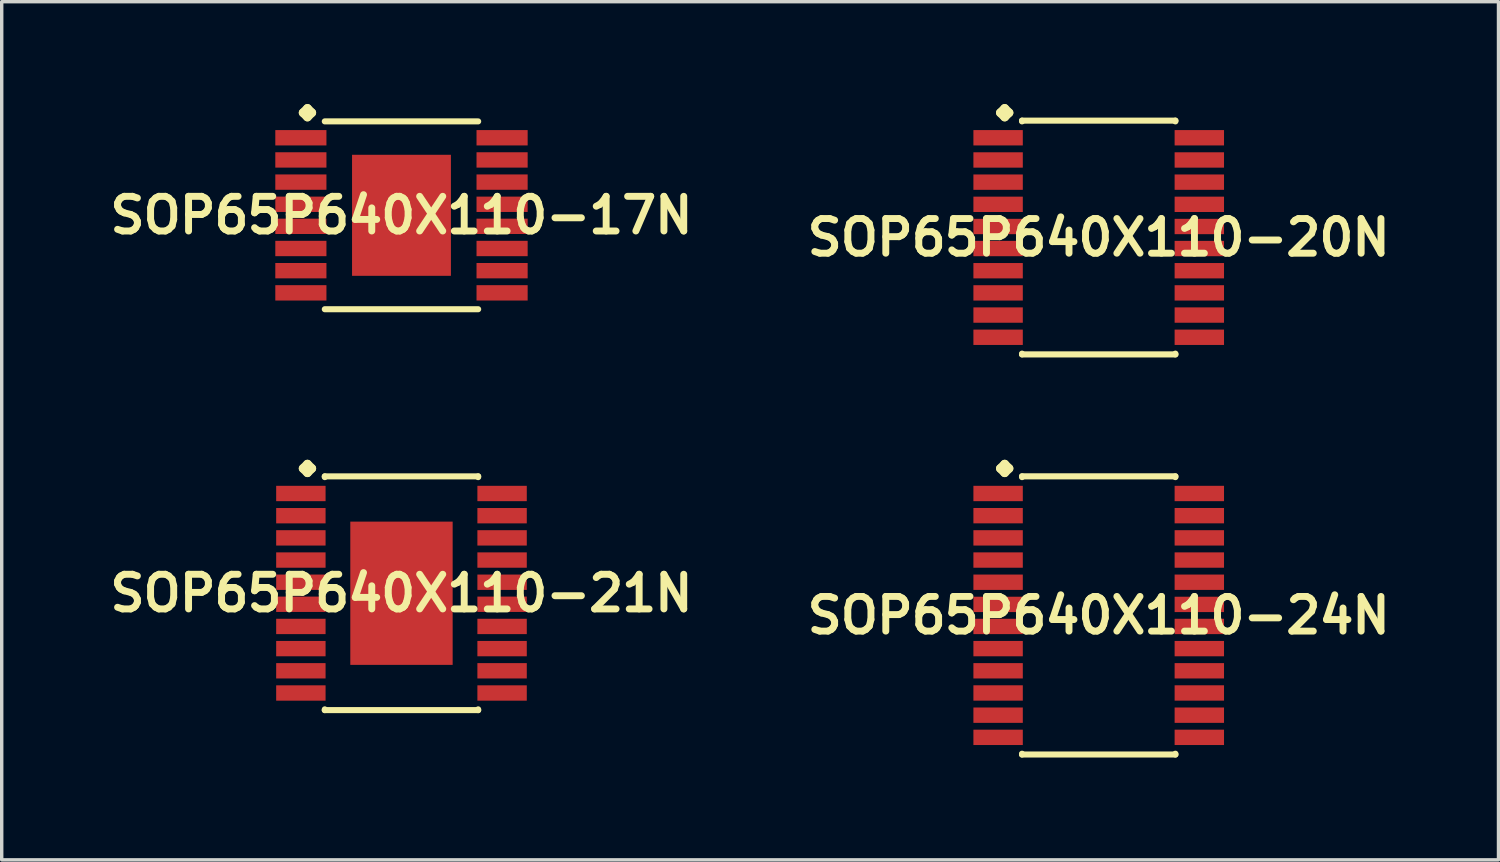
<source format=kicad_pcb>
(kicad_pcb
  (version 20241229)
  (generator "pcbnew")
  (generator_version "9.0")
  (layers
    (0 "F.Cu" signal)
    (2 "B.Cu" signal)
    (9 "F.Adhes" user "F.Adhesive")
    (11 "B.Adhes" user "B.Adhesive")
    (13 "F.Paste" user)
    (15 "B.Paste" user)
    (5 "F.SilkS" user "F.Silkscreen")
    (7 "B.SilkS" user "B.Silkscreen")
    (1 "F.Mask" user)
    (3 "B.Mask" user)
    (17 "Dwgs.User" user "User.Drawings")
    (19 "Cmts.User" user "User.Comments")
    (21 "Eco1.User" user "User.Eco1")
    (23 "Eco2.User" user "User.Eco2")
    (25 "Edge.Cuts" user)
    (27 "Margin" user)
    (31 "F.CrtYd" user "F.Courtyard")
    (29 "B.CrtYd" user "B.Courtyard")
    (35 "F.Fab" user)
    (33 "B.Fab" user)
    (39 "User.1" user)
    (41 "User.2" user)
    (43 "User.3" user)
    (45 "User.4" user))
  (footprint "SOP65P640X110-24N"
    (layer "F.Cu")
    (at 29.155 14.989)
    (property "Reference" "SOP65P640X110-24N" (at 0 0 0) (layer "F.SilkS") (effects (font (size 1.016 1.016) (thickness 0.203))))
    (attr smd)
    (fp_line (start -2.883 -4.308) (end -2.756 -4.435) (stroke (width 0.254) (type solid)) (layer "F.SilkS"))
    (fp_line (start -2.756 -4.435) (end -2.629 -4.308) (stroke (width 0.254) (type solid)) (layer "F.SilkS"))
    (fp_line (start -2.756 -4.181) (end -2.883 -4.308) (stroke (width 0.254) (type solid)) (layer "F.SilkS"))
    (fp_line (start -2.629 -4.308) (end -2.756 -4.181) (stroke (width 0.254) (type solid)) (layer "F.SilkS"))
    (fp_line (start -2.248 -4.077) (end 2.248 -4.077) (stroke (width 0.178) (type solid)) (layer "F.SilkS"))
    (fp_line (start -2.248 -4.054) (end -2.248 -4.077) (stroke (width 0.178) (type solid)) (layer "F.SilkS"))
    (fp_line (start -2.248 4.054) (end -2.248 4.077) (stroke (width 0.178) (type solid)) (layer "F.SilkS"))
    (fp_line (start -2.248 4.077) (end 2.248 4.077) (stroke (width 0.178) (type solid)) (layer "F.SilkS"))
    (fp_line (start 2.248 -4.077) (end 2.248 -4.054) (stroke (width 0.178) (type solid)) (layer "F.SilkS"))
    (fp_line (start 2.248 4.077) (end 2.248 4.054) (stroke (width 0.178) (type solid)) (layer "F.SilkS"))
    (pad "1" smd rect (at -2.949 -3.574) (size 1.448 0.45) (layers "F.Cu" "F.Mask" "F.Paste"))
    (pad "2" smd rect (at -2.949 -2.924) (size 1.448 0.45) (layers "F.Cu" "F.Mask" "F.Paste"))
    (pad "3" smd rect (at -2.949 -2.273) (size 1.448 0.45) (layers "F.Cu" "F.Mask" "F.Paste"))
    (pad "4" smd rect (at -2.949 -1.623) (size 1.448 0.45) (layers "F.Cu" "F.Mask" "F.Paste"))
    (pad "5" smd rect (at -2.949 -0.973) (size 1.448 0.45) (layers "F.Cu" "F.Mask" "F.Paste"))
    (pad "6" smd rect (at -2.949 -0.323) (size 1.448 0.45) (layers "F.Cu" "F.Mask" "F.Paste"))
    (pad "7" smd rect (at -2.949 0.323) (size 1.448 0.45) (layers "F.Cu" "F.Mask" "F.Paste"))
    (pad "8" smd rect (at -2.949 0.973) (size 1.448 0.45) (layers "F.Cu" "F.Mask" "F.Paste"))
    (pad "9" smd rect (at -2.949 1.623) (size 1.448 0.45) (layers "F.Cu" "F.Mask" "F.Paste"))
    (pad "10" smd rect (at -2.949 2.273) (size 1.448 0.45) (layers "F.Cu" "F.Mask" "F.Paste"))
    (pad "11" smd rect (at -2.949 2.924) (size 1.448 0.45) (layers "F.Cu" "F.Mask" "F.Paste"))
    (pad "12" smd rect (at -2.949 3.574) (size 1.448 0.45) (layers "F.Cu" "F.Mask" "F.Paste"))
    (pad "13" smd rect (at 2.949 3.574) (size 1.448 0.45) (layers "F.Cu" "F.Mask" "F.Paste"))
    (pad "14" smd rect (at 2.949 2.924) (size 1.448 0.45) (layers "F.Cu" "F.Mask" "F.Paste"))
    (pad "15" smd rect (at 2.949 2.273) (size 1.448 0.45) (layers "F.Cu" "F.Mask" "F.Paste"))
    (pad "16" smd rect (at 2.949 1.623) (size 1.448 0.45) (layers "F.Cu" "F.Mask" "F.Paste"))
    (pad "17" smd rect (at 2.949 0.973) (size 1.448 0.45) (layers "F.Cu" "F.Mask" "F.Paste"))
    (pad "18" smd rect (at 2.949 0.323) (size 1.448 0.45) (layers "F.Cu" "F.Mask" "F.Paste"))
    (pad "19" smd rect (at 2.949 -0.323) (size 1.448 0.45) (layers "F.Cu" "F.Mask" "F.Paste"))
    (pad "20" smd rect (at 2.949 -0.973) (size 1.448 0.45) (layers "F.Cu" "F.Mask" "F.Paste"))
    (pad "21" smd rect (at 2.949 -1.623) (size 1.448 0.45) (layers "F.Cu" "F.Mask" "F.Paste"))
    (pad "22" smd rect (at 2.949 -2.273) (size 1.448 0.45) (layers "F.Cu" "F.Mask" "F.Paste"))
    (pad "23" smd rect (at 2.949 -2.924) (size 1.448 0.45) (layers "F.Cu" "F.Mask" "F.Paste"))
    (pad "24" smd rect (at 2.949 -3.574) (size 1.448 0.45) (layers "F.Cu" "F.Mask" "F.Paste")))
  (footprint "SOP65P640X110-21N"
    (layer "F.Cu")
    (at 8.718 14.339)
    (property "Reference" "SOP65P640X110-21N" (at 0 0 0) (layer "F.SilkS") (effects (font (size 1.016 1.016) (thickness 0.203))))
    (attr smd)
    (fp_line (start -2.883 -3.658) (end -2.756 -3.785) (stroke (width 0.254) (type solid)) (layer "F.SilkS"))
    (fp_line (start -2.756 -3.785) (end -2.629 -3.658) (stroke (width 0.254) (type solid)) (layer "F.SilkS"))
    (fp_line (start -2.756 -3.531) (end -2.883 -3.658) (stroke (width 0.254) (type solid)) (layer "F.SilkS"))
    (fp_line (start -2.629 -3.658) (end -2.756 -3.531) (stroke (width 0.254) (type solid)) (layer "F.SilkS"))
    (fp_line (start -2.248 -3.426) (end 2.248 -3.426) (stroke (width 0.178) (type solid)) (layer "F.SilkS"))
    (fp_line (start -2.248 -3.404) (end -2.248 -3.426) (stroke (width 0.178) (type solid)) (layer "F.SilkS"))
    (fp_line (start -2.248 3.404) (end -2.248 3.426) (stroke (width 0.178) (type solid)) (layer "F.SilkS"))
    (fp_line (start -2.248 3.426) (end 2.248 3.426) (stroke (width 0.178) (type solid)) (layer "F.SilkS"))
    (fp_line (start 2.248 -3.426) (end 2.248 -3.404) (stroke (width 0.178) (type solid)) (layer "F.SilkS"))
    (fp_line (start 2.248 3.426) (end 2.248 3.404) (stroke (width 0.178) (type solid)) (layer "F.SilkS"))
    (pad "1" smd rect (at -2.949 -2.924) (size 1.448 0.45) (layers "F.Cu" "F.Mask" "F.Paste"))
    (pad "2" smd rect (at -2.949 -2.273) (size 1.448 0.45) (layers "F.Cu" "F.Mask" "F.Paste"))
    (pad "3" smd rect (at -2.949 -1.623) (size 1.448 0.45) (layers "F.Cu" "F.Mask" "F.Paste"))
    (pad "4" smd rect (at -2.949 -0.973) (size 1.448 0.45) (layers "F.Cu" "F.Mask" "F.Paste"))
    (pad "5" smd rect (at -2.949 -0.323) (size 1.448 0.45) (layers "F.Cu" "F.Mask" "F.Paste"))
    (pad "6" smd rect (at -2.949 0.323) (size 1.448 0.45) (layers "F.Cu" "F.Mask" "F.Paste"))
    (pad "7" smd rect (at -2.949 0.973) (size 1.448 0.45) (layers "F.Cu" "F.Mask" "F.Paste"))
    (pad "8" smd rect (at -2.949 1.623) (size 1.448 0.45) (layers "F.Cu" "F.Mask" "F.Paste"))
    (pad "9" smd rect (at -2.949 2.273) (size 1.448 0.45) (layers "F.Cu" "F.Mask" "F.Paste"))
    (pad "10" smd rect (at -2.949 2.924) (size 1.448 0.45) (layers "F.Cu" "F.Mask" "F.Paste"))
    (pad "11" smd rect (at 2.949 2.924) (size 1.448 0.45) (layers "F.Cu" "F.Mask" "F.Paste"))
    (pad "12" smd rect (at 2.949 2.273) (size 1.448 0.45) (layers "F.Cu" "F.Mask" "F.Paste"))
    (pad "13" smd rect (at 2.949 1.623) (size 1.448 0.45) (layers "F.Cu" "F.Mask" "F.Paste"))
    (pad "14" smd rect (at 2.949 0.973) (size 1.448 0.45) (layers "F.Cu" "F.Mask" "F.Paste"))
    (pad "15" smd rect (at 2.949 0.323) (size 1.448 0.45) (layers "F.Cu" "F.Mask" "F.Paste"))
    (pad "16" smd rect (at 2.949 -0.323) (size 1.448 0.45) (layers "F.Cu" "F.Mask" "F.Paste"))
    (pad "17" smd rect (at 2.949 -0.973) (size 1.448 0.45) (layers "F.Cu" "F.Mask" "F.Paste"))
    (pad "18" smd rect (at 2.949 -1.623) (size 1.448 0.45) (layers "F.Cu" "F.Mask" "F.Paste"))
    (pad "19" smd rect (at 2.949 -2.273) (size 1.448 0.45) (layers "F.Cu" "F.Mask" "F.Paste"))
    (pad "20" smd rect (at 2.949 -2.924) (size 1.448 0.45) (layers "F.Cu" "F.Mask" "F.Paste"))
    (pad "21" smd rect (at 0 0) (size 3 4.199) (layers "F.Cu" "F.Mask" "F.Paste")))
  (footprint "SOP65P640X110-17N"
    (layer "F.Cu")
    (at 8.718 3.261)
    (property "Reference" "SOP65P640X110-17N" (at 0 0 0) (layer "F.SilkS") (effects (font (size 1.016 1.016) (thickness 0.203))))
    (attr smd)
    (fp_line (start -2.883 -3.007) (end -2.756 -3.134) (stroke (width 0.254) (type solid)) (layer "F.SilkS"))
    (fp_line (start -2.756 -3.134) (end -2.629 -3.007) (stroke (width 0.254) (type solid)) (layer "F.SilkS"))
    (fp_line (start -2.756 -2.88) (end -2.883 -3.007) (stroke (width 0.254) (type solid)) (layer "F.SilkS"))
    (fp_line (start -2.629 -3.007) (end -2.756 -2.88) (stroke (width 0.254) (type solid)) (layer "F.SilkS"))
    (fp_line (start -2.248 -2.753) (end 2.248 -2.753) (stroke (width 0.178) (type solid)) (layer "F.SilkS"))
    (fp_line (start -2.248 2.753) (end 2.248 2.753) (stroke (width 0.178) (type solid)) (layer "F.SilkS"))
    (pad "1" smd rect (at -2.949 -2.273) (size 1.499 0.45) (layers "F.Cu" "F.Mask" "F.Paste"))
    (pad "2" smd rect (at -2.949 -1.623) (size 1.499 0.45) (layers "F.Cu" "F.Mask" "F.Paste"))
    (pad "3" smd rect (at -2.949 -0.973) (size 1.499 0.45) (layers "F.Cu" "F.Mask" "F.Paste"))
    (pad "4" smd rect (at -2.949 -0.323) (size 1.499 0.45) (layers "F.Cu" "F.Mask" "F.Paste"))
    (pad "5" smd rect (at -2.949 0.323) (size 1.499 0.45) (layers "F.Cu" "F.Mask" "F.Paste"))
    (pad "6" smd rect (at -2.949 0.973) (size 1.499 0.45) (layers "F.Cu" "F.Mask" "F.Paste"))
    (pad "7" smd rect (at -2.949 1.623) (size 1.499 0.45) (layers "F.Cu" "F.Mask" "F.Paste"))
    (pad "8" smd rect (at -2.949 2.273) (size 1.499 0.45) (layers "F.Cu" "F.Mask" "F.Paste"))
    (pad "9" smd rect (at 2.949 2.273) (size 1.499 0.45) (layers "F.Cu" "F.Mask" "F.Paste"))
    (pad "10" smd rect (at 2.949 1.623) (size 1.499 0.45) (layers "F.Cu" "F.Mask" "F.Paste"))
    (pad "11" smd rect (at 2.949 0.973) (size 1.499 0.45) (layers "F.Cu" "F.Mask" "F.Paste"))
    (pad "12" smd rect (at 2.949 0.323) (size 1.499 0.45) (layers "F.Cu" "F.Mask" "F.Paste"))
    (pad "13" smd rect (at 2.949 -0.323) (size 1.499 0.45) (layers "F.Cu" "F.Mask" "F.Paste"))
    (pad "14" smd rect (at 2.949 -0.973) (size 1.499 0.45) (layers "F.Cu" "F.Mask" "F.Paste"))
    (pad "15" smd rect (at 2.949 -1.623) (size 1.499 0.45) (layers "F.Cu" "F.Mask" "F.Paste"))
    (pad "16" smd rect (at 2.949 -2.273) (size 1.499 0.45) (layers "F.Cu" "F.Mask" "F.Paste"))
    (pad "17" smd rect (at 0 0) (size 2.898 3.548) (layers "F.Cu" "F.Mask" "F.Paste")))
  (footprint "SOP65P640X110-20N"
    (layer "F.Cu")
    (at 29.155 3.912)
    (property "Reference" "SOP65P640X110-20N" (at 0 0 0) (layer "F.SilkS") (effects (font (size 1.016 1.016) (thickness 0.203))))
    (attr smd)
    (fp_line (start -2.883 -3.658) (end -2.756 -3.785) (stroke (width 0.254) (type solid)) (layer "F.SilkS"))
    (fp_line (start -2.756 -3.785) (end -2.629 -3.658) (stroke (width 0.254) (type solid)) (layer "F.SilkS"))
    (fp_line (start -2.756 -3.531) (end -2.883 -3.658) (stroke (width 0.254) (type solid)) (layer "F.SilkS"))
    (fp_line (start -2.629 -3.658) (end -2.756 -3.531) (stroke (width 0.254) (type solid)) (layer "F.SilkS"))
    (fp_line (start -2.248 -3.426) (end 2.248 -3.426) (stroke (width 0.178) (type solid)) (layer "F.SilkS"))
    (fp_line (start -2.248 -3.404) (end -2.248 -3.426) (stroke (width 0.178) (type solid)) (layer "F.SilkS"))
    (fp_line (start -2.248 3.404) (end -2.248 3.426) (stroke (width 0.178) (type solid)) (layer "F.SilkS"))
    (fp_line (start -2.248 3.426) (end 2.248 3.426) (stroke (width 0.178) (type solid)) (layer "F.SilkS"))
    (fp_line (start 2.248 -3.426) (end 2.248 -3.404) (stroke (width 0.178) (type solid)) (layer "F.SilkS"))
    (fp_line (start 2.248 3.426) (end 2.248 3.404) (stroke (width 0.178) (type solid)) (layer "F.SilkS"))
    (pad "1" smd rect (at -2.949 -2.924) (size 1.448 0.45) (layers "F.Cu" "F.Mask" "F.Paste"))
    (pad "2" smd rect (at -2.949 -2.273) (size 1.448 0.45) (layers "F.Cu" "F.Mask" "F.Paste"))
    (pad "3" smd rect (at -2.949 -1.623) (size 1.448 0.45) (layers "F.Cu" "F.Mask" "F.Paste"))
    (pad "4" smd rect (at -2.949 -0.973) (size 1.448 0.45) (layers "F.Cu" "F.Mask" "F.Paste"))
    (pad "5" smd rect (at -2.949 -0.323) (size 1.448 0.45) (layers "F.Cu" "F.Mask" "F.Paste"))
    (pad "6" smd rect (at -2.949 0.323) (size 1.448 0.45) (layers "F.Cu" "F.Mask" "F.Paste"))
    (pad "7" smd rect (at -2.949 0.973) (size 1.448 0.45) (layers "F.Cu" "F.Mask" "F.Paste"))
    (pad "8" smd rect (at -2.949 1.623) (size 1.448 0.45) (layers "F.Cu" "F.Mask" "F.Paste"))
    (pad "9" smd rect (at -2.949 2.273) (size 1.448 0.45) (layers "F.Cu" "F.Mask" "F.Paste"))
    (pad "10" smd rect (at -2.949 2.924) (size 1.448 0.45) (layers "F.Cu" "F.Mask" "F.Paste"))
    (pad "11" smd rect (at 2.949 2.924) (size 1.448 0.45) (layers "F.Cu" "F.Mask" "F.Paste"))
    (pad "12" smd rect (at 2.949 2.273) (size 1.448 0.45) (layers "F.Cu" "F.Mask" "F.Paste"))
    (pad "13" smd rect (at 2.949 1.623) (size 1.448 0.45) (layers "F.Cu" "F.Mask" "F.Paste"))
    (pad "14" smd rect (at 2.949 0.973) (size 1.448 0.45) (layers "F.Cu" "F.Mask" "F.Paste"))
    (pad "15" smd rect (at 2.949 0.323) (size 1.448 0.45) (layers "F.Cu" "F.Mask" "F.Paste"))
    (pad "16" smd rect (at 2.949 -0.323) (size 1.448 0.45) (layers "F.Cu" "F.Mask" "F.Paste"))
    (pad "17" smd rect (at 2.949 -0.973) (size 1.448 0.45) (layers "F.Cu" "F.Mask" "F.Paste"))
    (pad "18" smd rect (at 2.949 -1.623) (size 1.448 0.45) (layers "F.Cu" "F.Mask" "F.Paste"))
    (pad "19" smd rect (at 2.949 -2.273) (size 1.448 0.45) (layers "F.Cu" "F.Mask" "F.Paste"))
    (pad "20" smd rect (at 2.949 -2.924) (size 1.448 0.45) (layers "F.Cu" "F.Mask" "F.Paste")))
  (gr_rect
    (start -3 -3)
    (end 40.873 22.154)
    (stroke (width 0.1) (type default))
    (fill no)
    (layer "Edge.Cuts")))
</source>
